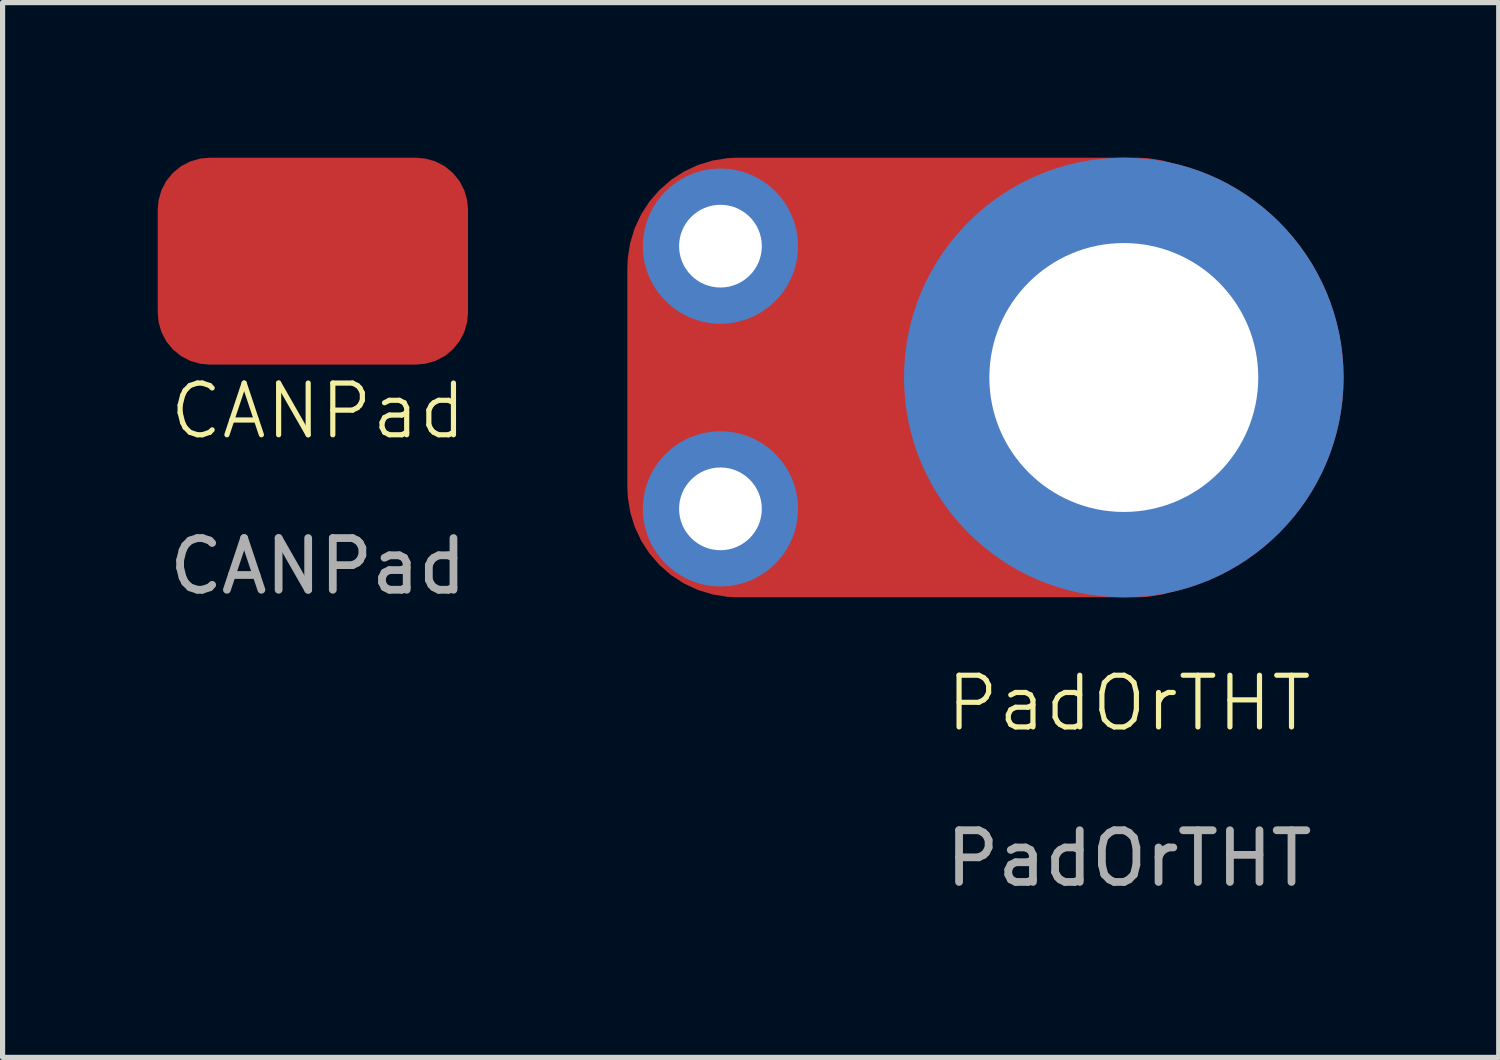
<source format=kicad_pcb>
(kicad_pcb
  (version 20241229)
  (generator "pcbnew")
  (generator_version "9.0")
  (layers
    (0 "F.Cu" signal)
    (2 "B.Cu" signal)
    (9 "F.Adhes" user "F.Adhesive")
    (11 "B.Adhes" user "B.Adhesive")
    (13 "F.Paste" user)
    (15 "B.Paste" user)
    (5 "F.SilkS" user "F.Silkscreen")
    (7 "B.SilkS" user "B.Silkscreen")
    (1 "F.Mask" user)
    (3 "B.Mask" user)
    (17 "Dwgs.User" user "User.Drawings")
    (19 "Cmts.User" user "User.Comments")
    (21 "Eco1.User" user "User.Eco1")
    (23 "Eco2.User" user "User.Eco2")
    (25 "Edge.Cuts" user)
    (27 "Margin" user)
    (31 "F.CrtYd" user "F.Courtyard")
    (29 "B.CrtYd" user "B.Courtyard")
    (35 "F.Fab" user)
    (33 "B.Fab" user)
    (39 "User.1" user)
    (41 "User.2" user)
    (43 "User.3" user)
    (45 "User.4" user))
  (footprint "CANPad"
    (layer "F.Cu")
    (at 3 2)
    (property "Reference" "CANPad" (at 0.1 2.9 0) (unlocked yes) (layer "F.SilkS") (effects (font (size 1 1) (thickness 0.1))))
    (attr smd)
    (fp_text user "${REFERENCE}" (at 0.1 5.9 0) (unlocked yes) (layer "F.Fab") (effects (font (size 1 1) (thickness 0.15))))
    (pad "1" smd roundrect (at 0 0) (size 6 4) (layers "F.Cu" "F.Mask") (roundrect_rratio 0.25)))
  (footprint "PadOrTHT"
    (layer "F.Cu")
    (at 18.682 4.25)
    (property "Reference" "PadOrTHT" (at 0.1 6.3 0) (unlocked yes) (layer "F.SilkS") (effects (font (size 1 1) (thickness 0.1))))
    (attr through_hole)
    (fp_text user "${REFERENCE}" (at 0.1 9.3 0) (unlocked yes) (layer "F.Fab") (effects (font (size 1 1) (thickness 0.15))))
    (pad "1" thru_hole circle (at -7.8 -2.54) (size 3 3) (drill 1.6) (layers "*.Cu" "*.Mask"))
    (pad "1" thru_hole circle (at -7.8 2.54) (size 3 3) (drill 1.6) (layers "*.Cu" "*.Mask"))
    (pad "1" smd roundrect (at -3.6 0) (size 12 8.5) (layers "F.Cu" "F.Mask") (roundrect_rratio 0.25))
    (pad "1" thru_hole circle (at 0 0) (size 8.5 8.5) (drill 5.2) (layers "*.Cu" "*.Mask")))
  (gr_rect
    (start -3 -3)
    (end 25.932 17.398)
    (stroke (width 0.1) (type default))
    (fill no)
    (layer "Edge.Cuts")))
</source>
